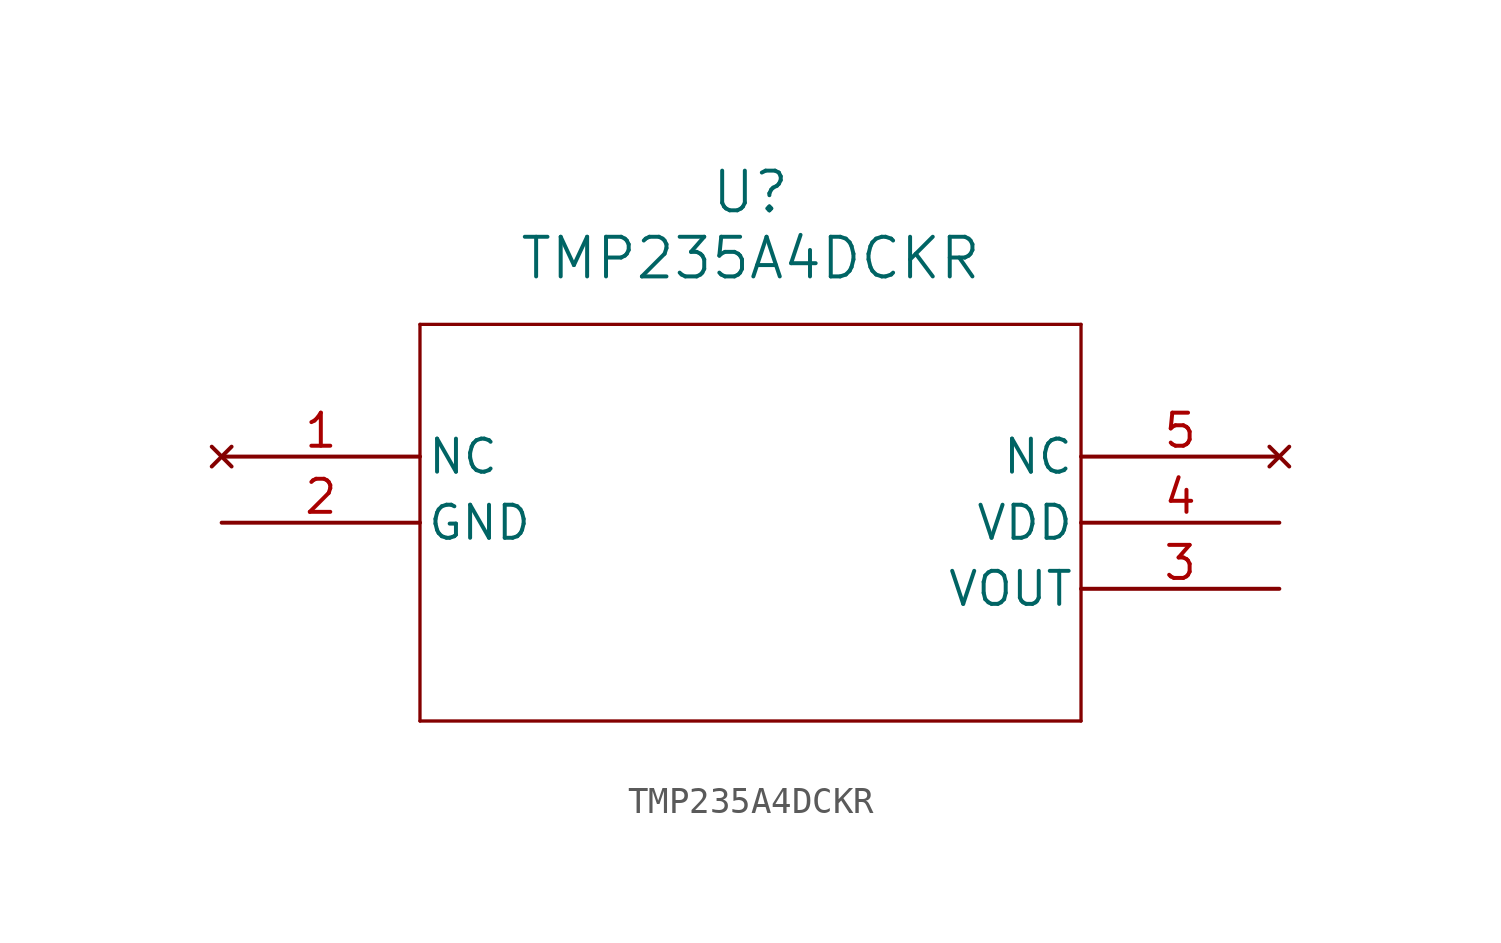
<source format=kicad_sym>
(kicad_symbol_lib
  (version 20211014)
  (generator kicad_symbol_editor)
  (symbol "TMP235A4DCKR"
    (pin_names
      (offset 0.254))
    (property "Reference" "U"
      (at 20.32 10.16 0)
      (effects (font (size 1.524 1.524))))
    (property "Value" "TMP235A4DCKR"
      (at 20.32 7.62 0)
      (effects (font (size 1.524 1.524))))
    (symbol "TMP235A4DCKR_0_1"
      (polyline (pts (xy 7.62 5.08) (xy 7.62 -10.16)) (stroke (width 0.127) (type default) (color 0 0 0 0)) (fill (type none)))
      (polyline (pts (xy 7.62 -10.16) (xy 33.02 -10.16)) (stroke (width 0.127) (type default) (color 0 0 0 0)) (fill (type none)))
      (polyline (pts (xy 33.02 -10.16) (xy 33.02 5.08)) (stroke (width 0.127) (type default) (color 0 0 0 0)) (fill (type none)))
      (polyline (pts (xy 33.02 5.08) (xy 7.62 5.08)) (stroke (width 0.127) (type default) (color 0 0 0 0)) (fill (type none)))
      (pin no_connect line (at 0 0 0) (length 7.62) (name "NC" (effects (font (size 1.27 1.27)))) (number "1" (effects (font (size 1.27 1.27)))))
      (pin power_out line (at 0 -2.54 0) (length 7.62) (name "GND" (effects (font (size 1.27 1.27)))) (number "2" (effects (font (size 1.27 1.27)))))
      (pin output line (at 40.64 -5.08 180) (length 7.62) (name "VOUT" (effects (font (size 1.27 1.27)))) (number "3" (effects (font (size 1.27 1.27)))))
      (pin power_in line (at 40.64 -2.54 180) (length 7.62) (name "VDD" (effects (font (size 1.27 1.27)))) (number "4" (effects (font (size 1.27 1.27)))))
      (pin no_connect line (at 40.64 0 180) (length 7.62) (name "NC" (effects (font (size 1.27 1.27)))) (number "5" (effects (font (size 1.27 1.27))))))))
</source>
